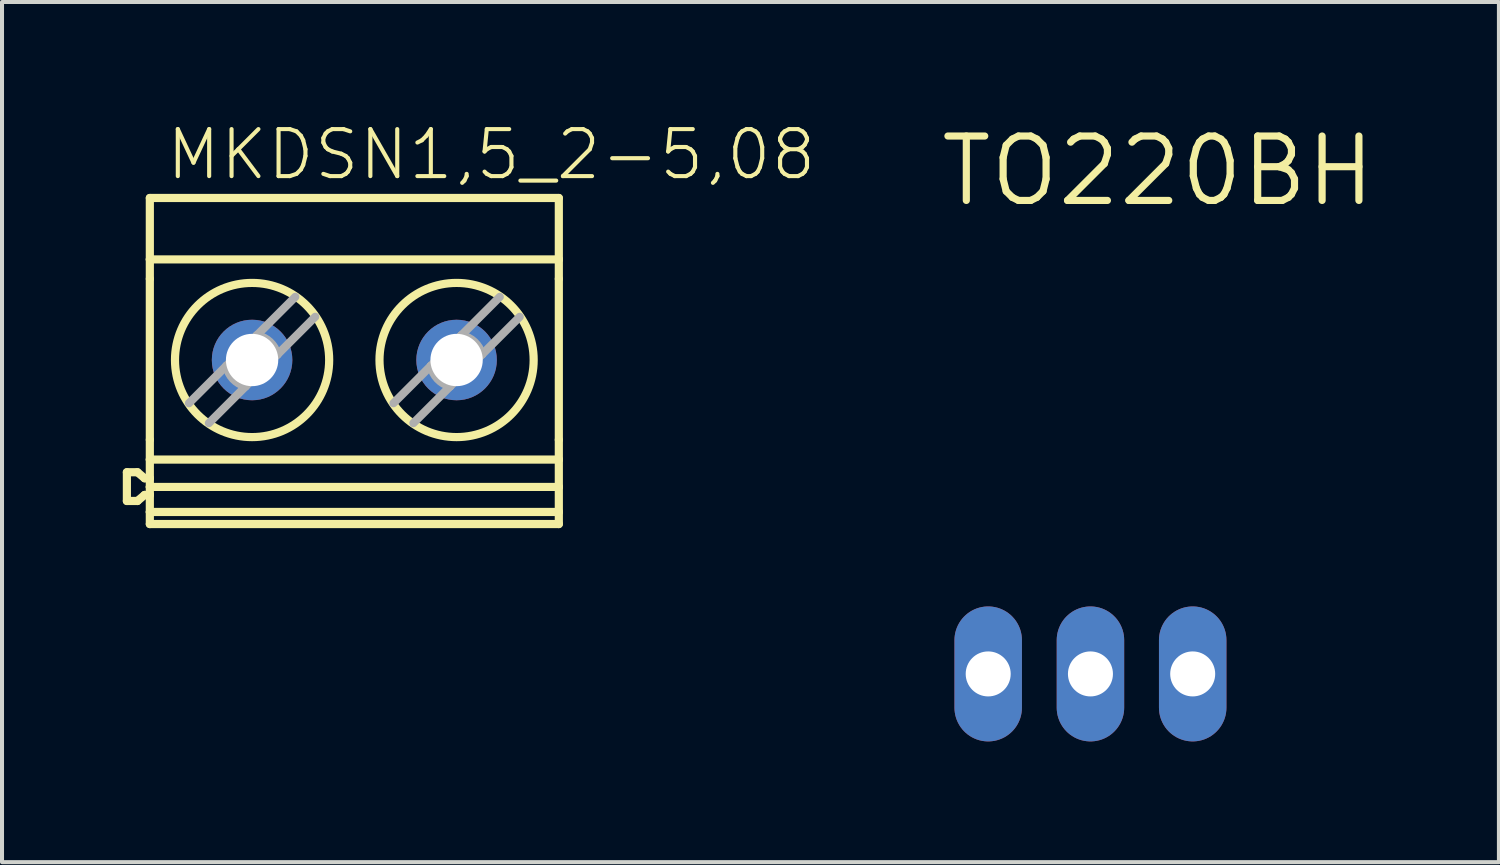
<source format=kicad_pcb>
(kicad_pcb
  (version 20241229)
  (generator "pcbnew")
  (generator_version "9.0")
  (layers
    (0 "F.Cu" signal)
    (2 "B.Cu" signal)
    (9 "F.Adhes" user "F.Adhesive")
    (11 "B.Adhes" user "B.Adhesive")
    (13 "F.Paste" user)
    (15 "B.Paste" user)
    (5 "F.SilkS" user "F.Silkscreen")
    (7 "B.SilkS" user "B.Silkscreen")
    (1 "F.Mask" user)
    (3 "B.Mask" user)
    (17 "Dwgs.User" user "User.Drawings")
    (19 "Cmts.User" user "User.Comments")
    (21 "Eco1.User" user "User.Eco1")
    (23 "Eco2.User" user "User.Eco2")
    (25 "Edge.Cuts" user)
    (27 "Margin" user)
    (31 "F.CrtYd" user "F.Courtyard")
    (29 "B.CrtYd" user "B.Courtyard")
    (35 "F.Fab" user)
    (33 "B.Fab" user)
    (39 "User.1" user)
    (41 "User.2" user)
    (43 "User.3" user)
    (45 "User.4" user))
  (footprint "MKDSN1,5_2-5,08"
    (layer "F.Cu")
    (at 5.773 5.918)
    (property "Reference" "MKDSN1,5_2-5,08" (at -4.751 -4.445 0) (layer "F.SilkS") (effects (font (size 1.168 1.168) (thickness 0.102)) (justify left bottom)))
    (fp_line (start -5.671 2.763) (end -5.671 3.477) (stroke (width 0.203) (type solid)) (layer "F.SilkS"))
    (fp_line (start -5.671 2.763) (end -5.408 2.763) (stroke (width 0.203) (type solid)) (layer "F.SilkS"))
    (fp_line (start -5.671 3.477) (end -5.408 3.477) (stroke (width 0.203) (type solid)) (layer "F.SilkS"))
    (fp_line (start -5.408 2.763) (end -5.23 2.913) (stroke (width 0.203) (type solid)) (layer "F.SilkS"))
    (fp_line (start -5.23 2.913) (end -5.101 2.913) (stroke (width 0.203) (type solid)) (layer "F.SilkS"))
    (fp_line (start -5.23 3.327) (end -5.408 3.477) (stroke (width 0.203) (type solid)) (layer "F.SilkS"))
    (fp_line (start -5.101 -4.05) (end 5.059 -4.05) (stroke (width 0.203) (type solid)) (layer "F.SilkS"))
    (fp_line (start -5.101 -2.524) (end -5.101 -4.05) (stroke (width 0.203) (type solid)) (layer "F.SilkS"))
    (fp_line (start -5.101 -2.524) (end -5.101 -2.041) (stroke (width 0.203) (type solid)) (layer "F.SilkS"))
    (fp_line (start -5.101 -2.524) (end 5.059 -2.524) (stroke (width 0.203) (type solid)) (layer "F.SilkS"))
    (fp_line (start -5.101 1.956) (end -5.101 -2.041) (stroke (width 0.203) (type solid)) (layer "F.SilkS"))
    (fp_line (start -5.101 1.956) (end -5.101 2.448) (stroke (width 0.203) (type solid)) (layer "F.SilkS"))
    (fp_line (start -5.101 2.913) (end -5.101 2.448) (stroke (width 0.203) (type solid)) (layer "F.SilkS"))
    (fp_line (start -5.101 3.128) (end -5.101 2.913) (stroke (width 0.203) (type solid)) (layer "F.SilkS"))
    (fp_line (start -5.101 3.128) (end 5.059 3.128) (stroke (width 0.203) (type solid)) (layer "F.SilkS"))
    (fp_line (start -5.101 3.327) (end -5.23 3.327) (stroke (width 0.203) (type solid)) (layer "F.SilkS"))
    (fp_line (start -5.101 3.327) (end -5.101 3.128) (stroke (width 0.203) (type solid)) (layer "F.SilkS"))
    (fp_line (start -5.101 3.75) (end -5.101 3.327) (stroke (width 0.203) (type solid)) (layer "F.SilkS"))
    (fp_line (start -5.101 3.75) (end -5.101 4.05) (stroke (width 0.203) (type solid)) (layer "F.SilkS"))
    (fp_line (start -5.101 4.05) (end 5.059 4.05) (stroke (width 0.203) (type solid)) (layer "F.SilkS"))
    (fp_line (start 5.059 -2.524) (end 5.059 -4.05) (stroke (width 0.203) (type solid)) (layer "F.SilkS"))
    (fp_line (start 5.059 -2.524) (end 5.059 -2.041) (stroke (width 0.203) (type solid)) (layer "F.SilkS"))
    (fp_line (start 5.059 1.956) (end 5.059 -2.041) (stroke (width 0.203) (type solid)) (layer "F.SilkS"))
    (fp_line (start 5.059 1.956) (end 5.059 2.448) (stroke (width 0.203) (type solid)) (layer "F.SilkS"))
    (fp_line (start 5.059 2.448) (end -5.101 2.448) (stroke (width 0.203) (type solid)) (layer "F.SilkS"))
    (fp_line (start 5.059 3.128) (end 5.059 2.448) (stroke (width 0.203) (type solid)) (layer "F.SilkS"))
    (fp_line (start 5.059 3.75) (end -5.101 3.75) (stroke (width 0.203) (type solid)) (layer "F.SilkS"))
    (fp_line (start 5.059 3.75) (end 5.059 3.128) (stroke (width 0.203) (type solid)) (layer "F.SilkS"))
    (fp_line (start 5.059 3.75) (end 5.059 4.05) (stroke (width 0.203) (type solid)) (layer "F.SilkS"))
    (fp_circle (center -2.561 -0.025) (end -0.646 -0.025) (stroke (width 0.203) (type solid)) (fill no) (layer "F.SilkS"))
    (fp_circle (center 2.519 -0.025) (end 4.434 -0.025) (stroke (width 0.203) (type solid)) (fill no) (layer "F.SilkS"))
    (fp_line (start -4.129 1.048) (end -3.2 0.119) (stroke (width 0.203) (type solid)) (layer "F.Fab"))
    (fp_line (start -3.2 0.119) (end -2.561 -0.52) (stroke (width 0.203) (type solid)) (layer "F.Fab"))
    (fp_line (start -2.721 0.63) (end -3.634 1.543) (stroke (width 0.203) (type solid)) (layer "F.Fab"))
    (fp_line (start -2.561 -0.52) (end -2.442 -0.639) (stroke (width 0.203) (type solid)) (layer "F.Fab"))
    (fp_line (start -2.561 0.47) (end -2.721 0.63) (stroke (width 0.203) (type solid)) (layer "F.Fab"))
    (fp_line (start -2.442 -0.639) (end -1.488 -1.593) (stroke (width 0.203) (type solid)) (layer "F.Fab"))
    (fp_line (start -1.931 -0.16) (end -2.561 0.47) (stroke (width 0.203) (type solid)) (layer "F.Fab"))
    (fp_line (start -0.993 -1.098) (end -1.931 -0.16) (stroke (width 0.203) (type solid)) (layer "F.Fab"))
    (fp_line (start 0.951 1.048) (end 1.88 0.119) (stroke (width 0.203) (type solid)) (layer "F.Fab"))
    (fp_line (start 1.88 0.119) (end 2.519 -0.52) (stroke (width 0.203) (type solid)) (layer "F.Fab"))
    (fp_line (start 2.359 0.63) (end 1.446 1.543) (stroke (width 0.203) (type solid)) (layer "F.Fab"))
    (fp_line (start 2.519 -0.52) (end 2.638 -0.639) (stroke (width 0.203) (type solid)) (layer "F.Fab"))
    (fp_line (start 2.519 0.47) (end 2.359 0.63) (stroke (width 0.203) (type solid)) (layer "F.Fab"))
    (fp_line (start 2.638 -0.639) (end 3.592 -1.593) (stroke (width 0.203) (type solid)) (layer "F.Fab"))
    (fp_line (start 3.149 -0.16) (end 2.519 0.47) (stroke (width 0.203) (type solid)) (layer "F.Fab"))
    (fp_line (start 4.087 -1.098) (end 3.149 -0.16) (stroke (width 0.203) (type solid)) (layer "F.Fab"))
    (fp_arc (start -2.721099 0.63) (mid -3.035315 0.444537) (end -3.2001 0.119) (stroke (width 0.2032) (type solid)) (layer "F.Fab"))
    (fp_arc (start -2.4421 -0.639) (mid -2.116563 -0.474216) (end -1.9311 -0.16) (stroke (width 0.2032) (type solid)) (layer "F.Fab"))
    (fp_arc (start 2.3589 0.629999) (mid 2.044684 0.444536) (end 1.8799 0.119) (stroke (width 0.2032) (type solid)) (layer "F.Fab"))
    (fp_arc (start 2.6379 -0.639001) (mid 2.963437 -0.474216) (end 3.1489 -0.16) (stroke (width 0.2032) (type solid)) (layer "F.Fab"))
    (pad "1" thru_hole circle (at -2.561 -0.025) (size 2 2) (drill 1.3) (layers "*.Cu" "*.Mask"))
    (pad "2" thru_hole circle (at 2.519 -0.025) (size 2 2) (drill 1.3) (layers "*.Cu" "*.Mask")))
  (footprint "TO220BH"
    (layer "F.Cu")
    (at 24.038 7.341)
    (property "Reference" "TO220BH" (at -3.81 -5.207 0) (layer "F.SilkS") (effects (font (size 1.6 1.6) (thickness 0.178)) (justify left bottom)))
    (pad "D" thru_hole oval (at 0 6.35 90) (size 3.353 1.676) (drill 1.118) (layers "*.Cu" "*.Mask"))
    (pad "G" thru_hole oval (at -2.54 6.35 90) (size 3.353 1.676) (drill 1.118) (layers "*.Cu" "*.Mask"))
    (pad "S" thru_hole oval (at 2.54 6.35 90) (size 3.353 1.676) (drill 1.118) (layers "*.Cu" "*.Mask")))
  (gr_rect
    (start -3 -3)
    (end 34.185 18.367)
    (stroke (width 0.1) (type default))
    (fill no)
    (layer "Edge.Cuts")))
</source>
